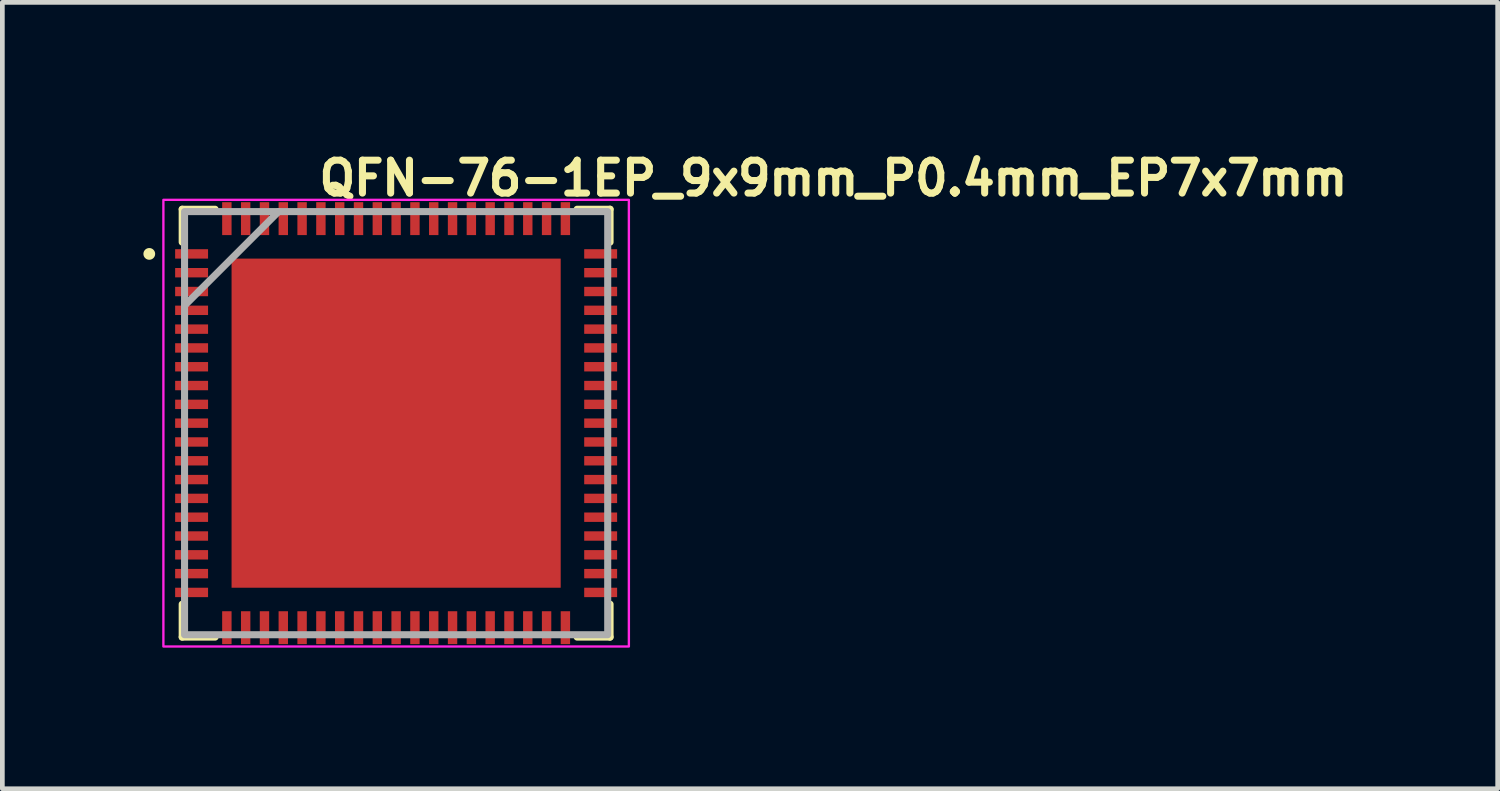
<source format=kicad_pcb>
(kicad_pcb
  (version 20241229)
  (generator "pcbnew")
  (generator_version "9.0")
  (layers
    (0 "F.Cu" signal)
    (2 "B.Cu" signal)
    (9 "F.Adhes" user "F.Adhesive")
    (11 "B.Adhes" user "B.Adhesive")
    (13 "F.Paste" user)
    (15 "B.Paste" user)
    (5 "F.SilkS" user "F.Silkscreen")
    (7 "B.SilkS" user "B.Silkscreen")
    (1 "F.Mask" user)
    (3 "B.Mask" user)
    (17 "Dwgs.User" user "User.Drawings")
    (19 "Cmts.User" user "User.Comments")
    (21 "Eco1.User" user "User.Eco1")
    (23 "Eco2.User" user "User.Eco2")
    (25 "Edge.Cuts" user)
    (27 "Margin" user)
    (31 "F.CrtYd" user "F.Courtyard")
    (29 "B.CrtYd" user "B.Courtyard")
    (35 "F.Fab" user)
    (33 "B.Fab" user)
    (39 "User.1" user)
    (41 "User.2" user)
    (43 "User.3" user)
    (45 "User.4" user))
  (footprint "QFN-76-1EP_9x9mm_P0.4mm_EP7x7mm"
    (layer "F.Cu")
    (at 5.375 5.95)
    (property "Reference" "QFN-76-1EP_9x9mm_P0.4mm_EP7x7mm" (at -1.715 -4.8 0) (layer "F.SilkS") (effects (font (size 0.7 0.7) (thickness 0.15)) (justify left bottom)))
    (attr smd)
    (fp_line (start -4.55 -4.55) (end -4.55 -3.85) (stroke (width 0.15) (type solid)) (layer "F.SilkS"))
    (fp_line (start -4.55 -4.55) (end -3.85 -4.55) (stroke (width 0.15) (type solid)) (layer "F.SilkS"))
    (fp_line (start -4.55 4.55) (end -4.55 3.85) (stroke (width 0.15) (type solid)) (layer "F.SilkS"))
    (fp_line (start -4.55 4.55) (end -3.85 4.55) (stroke (width 0.15) (type solid)) (layer "F.SilkS"))
    (fp_line (start 4.55 -4.55) (end 3.85 -4.55) (stroke (width 0.15) (type solid)) (layer "F.SilkS"))
    (fp_line (start 4.55 -4.55) (end 4.55 -3.85) (stroke (width 0.15) (type solid)) (layer "F.SilkS"))
    (fp_line (start 4.55 4.55) (end 3.85 4.55) (stroke (width 0.15) (type solid)) (layer "F.SilkS"))
    (fp_line (start 4.55 4.55) (end 4.55 3.85) (stroke (width 0.15) (type solid)) (layer "F.SilkS"))
    (fp_circle (center -5.25 -3.6) (end -5.2 -3.6) (stroke (width 0.15) (type solid)) (fill yes) (layer "F.SilkS"))
    (fp_poly (pts (xy -2.9 -2.9) (xy -1.9 -2.9) (xy -1.9 -1.9) (xy -2.9 -1.9)) (stroke (width 0.01) (type solid)) (fill yes) (layer "F.Paste"))
    (fp_poly (pts (xy -2.9 -1.7) (xy -1.9 -1.7) (xy -1.9 -0.7) (xy -2.9 -0.7)) (stroke (width 0.01) (type solid)) (fill yes) (layer "F.Paste"))
    (fp_poly (pts (xy -2.9 -0.5) (xy -1.9 -0.5) (xy -1.9 0.5) (xy -2.9 0.5)) (stroke (width 0.01) (type solid)) (fill yes) (layer "F.Paste"))
    (fp_poly (pts (xy -2.9 0.7) (xy -1.9 0.7) (xy -1.9 1.7) (xy -2.9 1.7)) (stroke (width 0.01) (type solid)) (fill yes) (layer "F.Paste"))
    (fp_poly (pts (xy -2.9 1.9) (xy -1.9 1.9) (xy -1.9 2.9) (xy -2.9 2.9)) (stroke (width 0.01) (type solid)) (fill yes) (layer "F.Paste"))
    (fp_poly (pts (xy -1.7 -2.9) (xy -0.7 -2.9) (xy -0.7 -1.9) (xy -1.7 -1.9)) (stroke (width 0.01) (type solid)) (fill yes) (layer "F.Paste"))
    (fp_poly (pts (xy -1.7 -1.7) (xy -0.7 -1.7) (xy -0.7 -0.7) (xy -1.7 -0.7)) (stroke (width 0.01) (type solid)) (fill yes) (layer "F.Paste"))
    (fp_poly (pts (xy -1.7 -0.5) (xy -0.7 -0.5) (xy -0.7 0.5) (xy -1.7 0.5)) (stroke (width 0.01) (type solid)) (fill yes) (layer "F.Paste"))
    (fp_poly (pts (xy -1.7 0.7) (xy -0.7 0.7) (xy -0.7 1.7) (xy -1.7 1.7)) (stroke (width 0.01) (type solid)) (fill yes) (layer "F.Paste"))
    (fp_poly (pts (xy -1.7 1.9) (xy -0.7 1.9) (xy -0.7 2.9) (xy -1.7 2.9)) (stroke (width 0.01) (type solid)) (fill yes) (layer "F.Paste"))
    (fp_poly (pts (xy -0.5 -2.9) (xy 0.5 -2.9) (xy 0.5 -1.9) (xy -0.5 -1.9)) (stroke (width 0.01) (type solid)) (fill yes) (layer "F.Paste"))
    (fp_poly (pts (xy -0.5 -1.7) (xy 0.5 -1.7) (xy 0.5 -0.7) (xy -0.5 -0.7)) (stroke (width 0.01) (type solid)) (fill yes) (layer "F.Paste"))
    (fp_poly (pts (xy -0.5 -0.5) (xy 0.5 -0.5) (xy 0.5 0.5) (xy -0.5 0.5)) (stroke (width 0.01) (type solid)) (fill yes) (layer "F.Paste"))
    (fp_poly (pts (xy -0.5 0.7) (xy 0.5 0.7) (xy 0.5 1.7) (xy -0.5 1.7)) (stroke (width 0.01) (type solid)) (fill yes) (layer "F.Paste"))
    (fp_poly (pts (xy -0.5 1.9) (xy 0.5 1.9) (xy 0.5 2.9) (xy -0.5 2.9)) (stroke (width 0.01) (type solid)) (fill yes) (layer "F.Paste"))
    (fp_poly (pts (xy 0.7 -2.9) (xy 1.7 -2.9) (xy 1.7 -1.9) (xy 0.7 -1.9)) (stroke (width 0.01) (type solid)) (fill yes) (layer "F.Paste"))
    (fp_poly (pts (xy 0.7 -1.7) (xy 1.7 -1.7) (xy 1.7 -0.7) (xy 0.7 -0.7)) (stroke (width 0.01) (type solid)) (fill yes) (layer "F.Paste"))
    (fp_poly (pts (xy 0.7 -0.5) (xy 1.7 -0.5) (xy 1.7 0.5) (xy 0.7 0.5)) (stroke (width 0.01) (type solid)) (fill yes) (layer "F.Paste"))
    (fp_poly (pts (xy 0.7 0.7) (xy 1.7 0.7) (xy 1.7 1.7) (xy 0.7 1.7)) (stroke (width 0.01) (type solid)) (fill yes) (layer "F.Paste"))
    (fp_poly (pts (xy 0.7 1.9) (xy 1.7 1.9) (xy 1.7 2.9) (xy 0.7 2.9)) (stroke (width 0.01) (type solid)) (fill yes) (layer "F.Paste"))
    (fp_poly (pts (xy 1.9 -2.9) (xy 2.9 -2.9) (xy 2.9 -1.9) (xy 1.9 -1.9)) (stroke (width 0.01) (type solid)) (fill yes) (layer "F.Paste"))
    (fp_poly (pts (xy 1.9 -1.7) (xy 2.9 -1.7) (xy 2.9 -0.7) (xy 1.9 -0.7)) (stroke (width 0.01) (type solid)) (fill yes) (layer "F.Paste"))
    (fp_poly (pts (xy 1.9 -0.5) (xy 2.9 -0.5) (xy 2.9 0.5) (xy 1.9 0.5)) (stroke (width 0.01) (type solid)) (fill yes) (layer "F.Paste"))
    (fp_poly (pts (xy 1.9 0.7) (xy 2.9 0.7) (xy 2.9 1.7) (xy 1.9 1.7)) (stroke (width 0.01) (type solid)) (fill yes) (layer "F.Paste"))
    (fp_poly (pts (xy 1.9 1.9) (xy 2.9 1.9) (xy 2.9 2.9) (xy 1.9 2.9)) (stroke (width 0.01) (type solid)) (fill yes) (layer "F.Paste"))
    (fp_rect (start -4.95 -4.75) (end 4.95 4.75) (stroke (width 0.05) (type solid)) (fill no) (layer "F.CrtYd"))
    (fp_line (start -4.5 -2.5) (end -2.5 -4.5) (stroke (width 0.15) (type solid)) (layer "F.Fab"))
    (fp_rect (start -4.5 -4.5) (end 4.5 4.5) (stroke (width 0.15) (type solid)) (fill no) (layer "F.Fab"))
    (fp_rect (start -4.5 -4.5) (end 4.5 4.5) (stroke (width 0.1) (type solid)) (fill no) (layer "User.5"))
    (fp_line (start -4.5 -4.5) (end -4.5 4.5) (stroke (width 0.02) (type solid)) (layer "User.9"))
    (fp_line (start -4.5 4.5) (end 4.5 4.5) (stroke (width 0.02) (type solid)) (layer "User.9"))
    (fp_line (start 4.5 -4.5) (end -4.5 -4.5) (stroke (width 0.02) (type solid)) (layer "User.9"))
    (fp_line (start 4.5 4.5) (end 4.5 -4.5) (stroke (width 0.02) (type solid)) (layer "User.9"))
    (pad "1" smd rect (at -4.35 -3.6) (size 0.7 0.2) (layers "F.Cu" "F.Mask" "F.Paste"))
    (pad "2" smd rect (at -4.35 -3.2) (size 0.7 0.2) (layers "F.Cu" "F.Mask" "F.Paste"))
    (pad "3" smd rect (at -4.35 -2.8) (size 0.7 0.2) (layers "F.Cu" "F.Mask" "F.Paste"))
    (pad "4" smd rect (at -4.35 -2.4) (size 0.7 0.2) (layers "F.Cu" "F.Mask" "F.Paste"))
    (pad "5" smd rect (at -4.35 -2) (size 0.7 0.2) (layers "F.Cu" "F.Mask" "F.Paste"))
    (pad "6" smd rect (at -4.35 -1.6) (size 0.7 0.2) (layers "F.Cu" "F.Mask" "F.Paste"))
    (pad "7" smd rect (at -4.35 -1.2) (size 0.7 0.2) (layers "F.Cu" "F.Mask" "F.Paste"))
    (pad "8" smd rect (at -4.35 -0.8) (size 0.7 0.2) (layers "F.Cu" "F.Mask" "F.Paste"))
    (pad "9" smd rect (at -4.35 -0.4) (size 0.7 0.2) (layers "F.Cu" "F.Mask" "F.Paste"))
    (pad "10" smd rect (at -4.35 0) (size 0.7 0.2) (layers "F.Cu" "F.Mask" "F.Paste"))
    (pad "11" smd rect (at -4.35 0.4) (size 0.7 0.2) (layers "F.Cu" "F.Mask" "F.Paste"))
    (pad "12" smd rect (at -4.35 0.8) (size 0.7 0.2) (layers "F.Cu" "F.Mask" "F.Paste"))
    (pad "13" smd rect (at -4.35 1.2) (size 0.7 0.2) (layers "F.Cu" "F.Mask" "F.Paste"))
    (pad "14" smd rect (at -4.35 1.6) (size 0.7 0.2) (layers "F.Cu" "F.Mask" "F.Paste"))
    (pad "15" smd rect (at -4.35 2) (size 0.7 0.2) (layers "F.Cu" "F.Mask" "F.Paste"))
    (pad "16" smd rect (at -4.35 2.4) (size 0.7 0.2) (layers "F.Cu" "F.Mask" "F.Paste"))
    (pad "17" smd rect (at -4.35 2.8) (size 0.7 0.2) (layers "F.Cu" "F.Mask" "F.Paste"))
    (pad "18" smd rect (at -4.35 3.2) (size 0.7 0.2) (layers "F.Cu" "F.Mask" "F.Paste"))
    (pad "19" smd rect (at -4.35 3.6) (size 0.7 0.2) (layers "F.Cu" "F.Mask" "F.Paste"))
    (pad "20" smd rect (at -3.6 4.35 90) (size 0.7 0.2) (layers "F.Cu" "F.Mask" "F.Paste"))
    (pad "21" smd rect (at -3.2 4.35 90) (size 0.7 0.2) (layers "F.Cu" "F.Mask" "F.Paste"))
    (pad "22" smd rect (at -2.8 4.35 90) (size 0.7 0.2) (layers "F.Cu" "F.Mask" "F.Paste"))
    (pad "23" smd rect (at -2.4 4.35 90) (size 0.7 0.2) (layers "F.Cu" "F.Mask" "F.Paste"))
    (pad "24" smd rect (at -2 4.35 90) (size 0.7 0.2) (layers "F.Cu" "F.Mask" "F.Paste"))
    (pad "25" smd rect (at -1.6 4.35 90) (size 0.7 0.2) (layers "F.Cu" "F.Mask" "F.Paste"))
    (pad "26" smd rect (at -1.2 4.35 90) (size 0.7 0.2) (layers "F.Cu" "F.Mask" "F.Paste"))
    (pad "27" smd rect (at -0.8 4.35 90) (size 0.7 0.2) (layers "F.Cu" "F.Mask" "F.Paste"))
    (pad "28" smd rect (at -0.4 4.35 90) (size 0.7 0.2) (layers "F.Cu" "F.Mask" "F.Paste"))
    (pad "29" smd rect (at 0 4.35 90) (size 0.7 0.2) (layers "F.Cu" "F.Mask" "F.Paste"))
    (pad "30" smd rect (at 0.4 4.35 90) (size 0.7 0.2) (layers "F.Cu" "F.Mask" "F.Paste"))
    (pad "31" smd rect (at 0.8 4.35 90) (size 0.7 0.2) (layers "F.Cu" "F.Mask" "F.Paste"))
    (pad "32" smd rect (at 1.2 4.35 90) (size 0.7 0.2) (layers "F.Cu" "F.Mask" "F.Paste"))
    (pad "33" smd rect (at 1.6 4.35 90) (size 0.7 0.2) (layers "F.Cu" "F.Mask" "F.Paste"))
    (pad "34" smd rect (at 2 4.35 90) (size 0.7 0.2) (layers "F.Cu" "F.Mask" "F.Paste"))
    (pad "35" smd rect (at 2.4 4.35 90) (size 0.7 0.2) (layers "F.Cu" "F.Mask" "F.Paste"))
    (pad "36" smd rect (at 2.8 4.35 90) (size 0.7 0.2) (layers "F.Cu" "F.Mask" "F.Paste"))
    (pad "37" smd rect (at 3.2 4.35 90) (size 0.7 0.2) (layers "F.Cu" "F.Mask" "F.Paste"))
    (pad "38" smd rect (at 3.6 4.35 90) (size 0.7 0.2) (layers "F.Cu" "F.Mask" "F.Paste"))
    (pad "39" smd rect (at 4.35 3.6) (size 0.7 0.2) (layers "F.Cu" "F.Mask" "F.Paste"))
    (pad "40" smd rect (at 4.35 3.2) (size 0.7 0.2) (layers "F.Cu" "F.Mask" "F.Paste"))
    (pad "41" smd rect (at 4.35 2.8) (size 0.7 0.2) (layers "F.Cu" "F.Mask" "F.Paste"))
    (pad "42" smd rect (at 4.35 2.4) (size 0.7 0.2) (layers "F.Cu" "F.Mask" "F.Paste"))
    (pad "43" smd rect (at 4.35 2) (size 0.7 0.2) (layers "F.Cu" "F.Mask" "F.Paste"))
    (pad "44" smd rect (at 4.35 1.6) (size 0.7 0.2) (layers "F.Cu" "F.Mask" "F.Paste"))
    (pad "45" smd rect (at 4.35 1.2) (size 0.7 0.2) (layers "F.Cu" "F.Mask" "F.Paste"))
    (pad "46" smd rect (at 4.35 0.8) (size 0.7 0.2) (layers "F.Cu" "F.Mask" "F.Paste"))
    (pad "47" smd rect (at 4.35 0.4) (size 0.7 0.2) (layers "F.Cu" "F.Mask" "F.Paste"))
    (pad "48" smd rect (at 4.35 0) (size 0.7 0.2) (layers "F.Cu" "F.Mask" "F.Paste"))
    (pad "49" smd rect (at 4.35 -0.4) (size 0.7 0.2) (layers "F.Cu" "F.Mask" "F.Paste"))
    (pad "50" smd rect (at 4.35 -0.8) (size 0.7 0.2) (layers "F.Cu" "F.Mask" "F.Paste"))
    (pad "51" smd rect (at 4.35 -1.2) (size 0.7 0.2) (layers "F.Cu" "F.Mask" "F.Paste"))
    (pad "52" smd rect (at 4.35 -1.6) (size 0.7 0.2) (layers "F.Cu" "F.Mask" "F.Paste"))
    (pad "53" smd rect (at 4.35 -2) (size 0.7 0.2) (layers "F.Cu" "F.Mask" "F.Paste"))
    (pad "54" smd rect (at 4.35 -2.4) (size 0.7 0.2) (layers "F.Cu" "F.Mask" "F.Paste"))
    (pad "55" smd rect (at 4.35 -2.8) (size 0.7 0.2) (layers "F.Cu" "F.Mask" "F.Paste"))
    (pad "56" smd rect (at 4.35 -3.2) (size 0.7 0.2) (layers "F.Cu" "F.Mask" "F.Paste"))
    (pad "57" smd rect (at 4.35 -3.6) (size 0.7 0.2) (layers "F.Cu" "F.Mask" "F.Paste"))
    (pad "58" smd rect (at 3.6 -4.35 90) (size 0.7 0.2) (layers "F.Cu" "F.Mask" "F.Paste"))
    (pad "59" smd rect (at 3.2 -4.35 90) (size 0.7 0.2) (layers "F.Cu" "F.Mask" "F.Paste"))
    (pad "60" smd rect (at 2.8 -4.35 90) (size 0.7 0.2) (layers "F.Cu" "F.Mask" "F.Paste"))
    (pad "61" smd rect (at 2.4 -4.35 90) (size 0.7 0.2) (layers "F.Cu" "F.Mask" "F.Paste"))
    (pad "62" smd rect (at 2 -4.35 90) (size 0.7 0.2) (layers "F.Cu" "F.Mask" "F.Paste"))
    (pad "63" smd rect (at 1.6 -4.35 90) (size 0.7 0.2) (layers "F.Cu" "F.Mask" "F.Paste"))
    (pad "64" smd rect (at 1.2 -4.35 90) (size 0.7 0.2) (layers "F.Cu" "F.Mask" "F.Paste"))
    (pad "65" smd rect (at 0.8 -4.35 90) (size 0.7 0.2) (layers "F.Cu" "F.Mask" "F.Paste"))
    (pad "66" smd rect (at 0.4 -4.35 90) (size 0.7 0.2) (layers "F.Cu" "F.Mask" "F.Paste"))
    (pad "67" smd rect (at 0 -4.35 90) (size 0.7 0.2) (layers "F.Cu" "F.Mask" "F.Paste"))
    (pad "68" smd rect (at -0.4 -4.35 90) (size 0.7 0.2) (layers "F.Cu" "F.Mask" "F.Paste"))
    (pad "69" smd rect (at -0.8 -4.35 90) (size 0.7 0.2) (layers "F.Cu" "F.Mask" "F.Paste"))
    (pad "70" smd rect (at -1.2 -4.35 90) (size 0.7 0.2) (layers "F.Cu" "F.Mask" "F.Paste"))
    (pad "71" smd rect (at -1.6 -4.35 90) (size 0.7 0.2) (layers "F.Cu" "F.Mask" "F.Paste"))
    (pad "72" smd rect (at -2 -4.35 90) (size 0.7 0.2) (layers "F.Cu" "F.Mask" "F.Paste"))
    (pad "73" smd rect (at -2.4 -4.35 90) (size 0.7 0.2) (layers "F.Cu" "F.Mask" "F.Paste"))
    (pad "74" smd rect (at -2.8 -4.35 90) (size 0.7 0.2) (layers "F.Cu" "F.Mask" "F.Paste"))
    (pad "75" smd rect (at -3.2 -4.35 90) (size 0.7 0.2) (layers "F.Cu" "F.Mask" "F.Paste"))
    (pad "76" smd rect (at -3.6 -4.35 90) (size 0.7 0.2) (layers "F.Cu" "F.Mask" "F.Paste"))
    (pad "77" smd rect (at 0 0) (size 7 7) (layers "F.Cu" "F.Mask")))
  (gr_rect
    (start -3 -3)
    (end 28.803 13.725)
    (stroke (width 0.1) (type default))
    (fill no)
    (layer "Edge.Cuts")))
</source>
